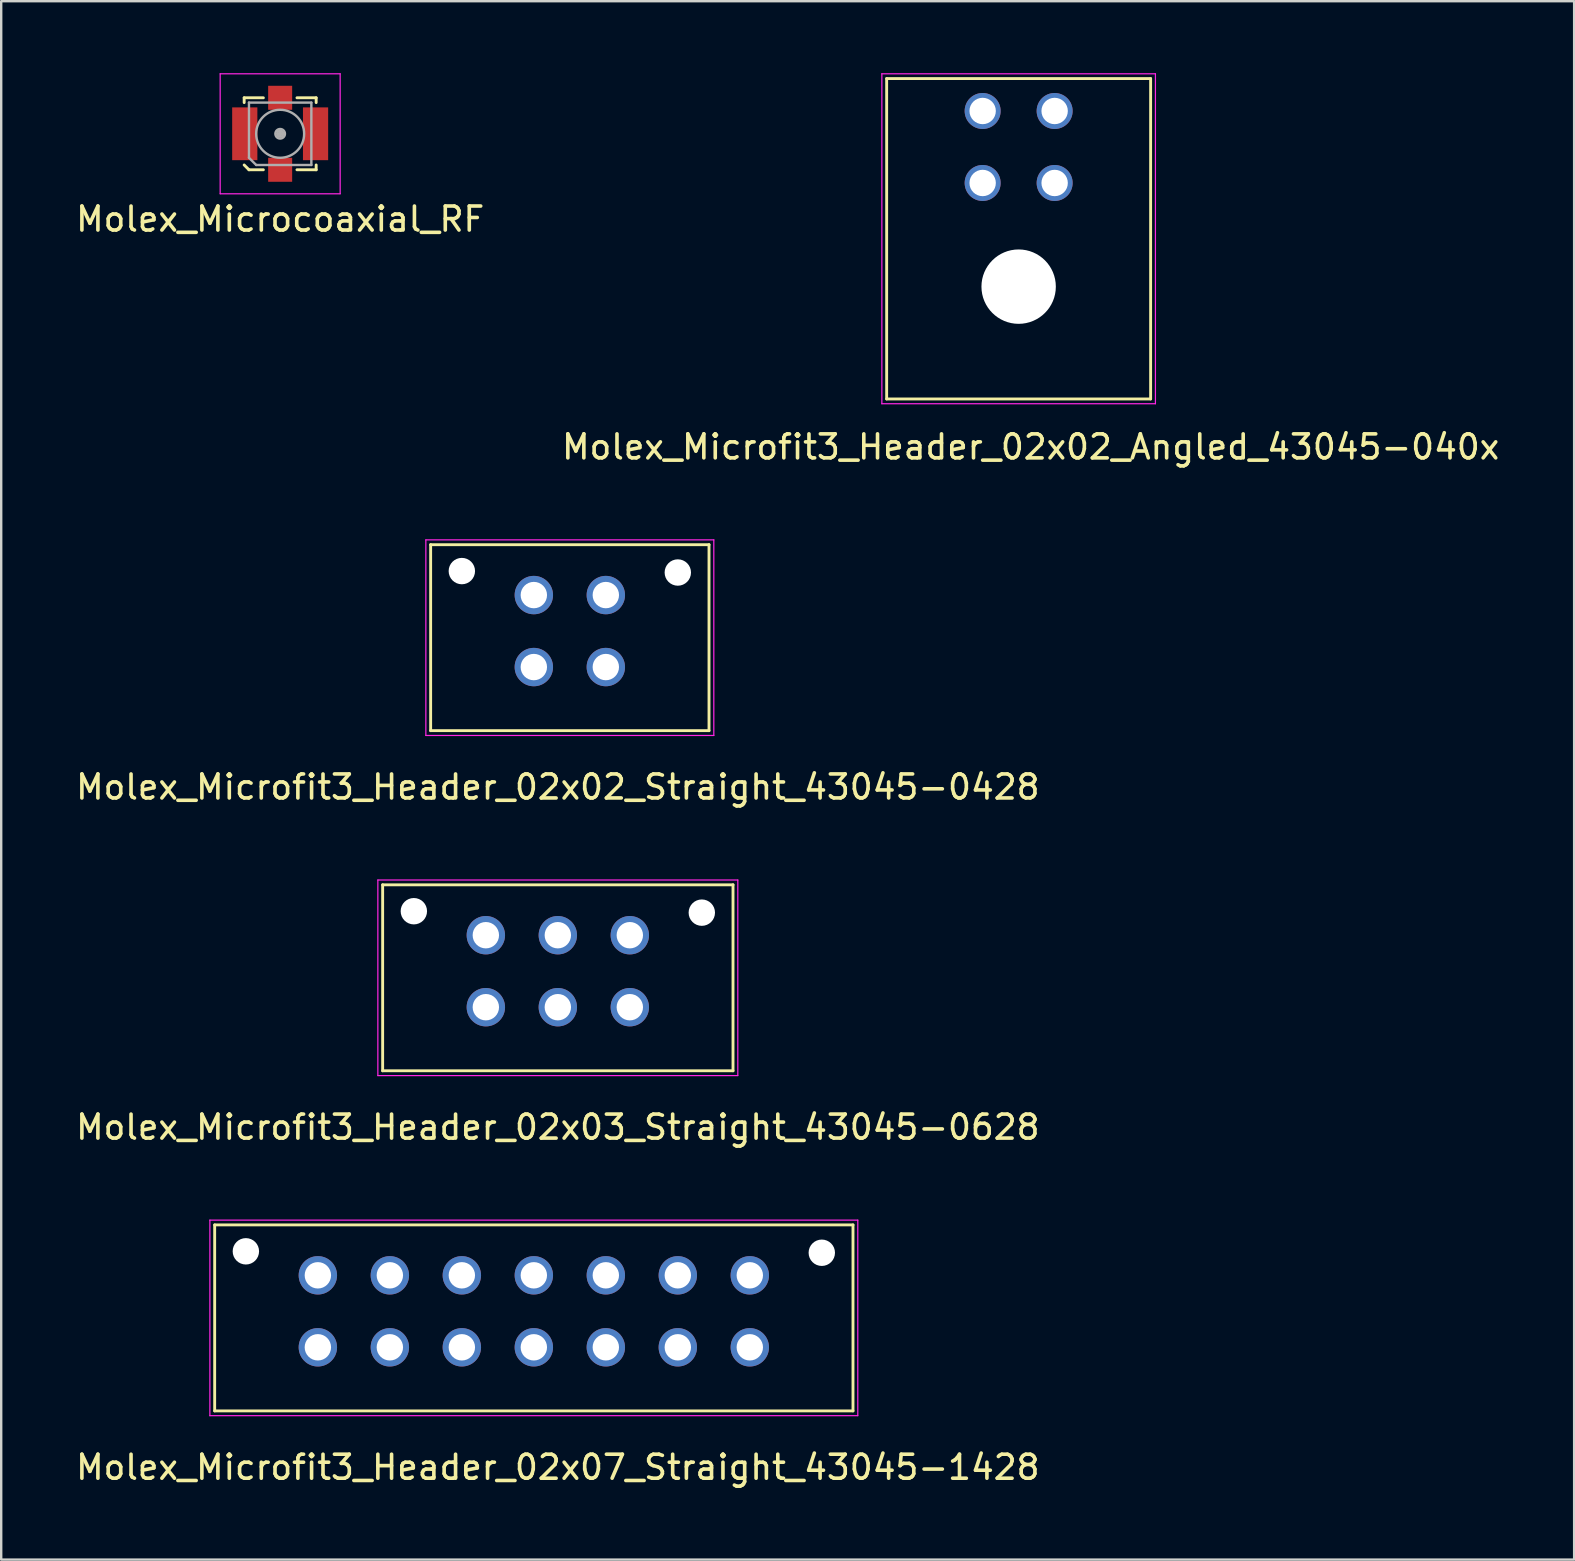
<source format=kicad_pcb>
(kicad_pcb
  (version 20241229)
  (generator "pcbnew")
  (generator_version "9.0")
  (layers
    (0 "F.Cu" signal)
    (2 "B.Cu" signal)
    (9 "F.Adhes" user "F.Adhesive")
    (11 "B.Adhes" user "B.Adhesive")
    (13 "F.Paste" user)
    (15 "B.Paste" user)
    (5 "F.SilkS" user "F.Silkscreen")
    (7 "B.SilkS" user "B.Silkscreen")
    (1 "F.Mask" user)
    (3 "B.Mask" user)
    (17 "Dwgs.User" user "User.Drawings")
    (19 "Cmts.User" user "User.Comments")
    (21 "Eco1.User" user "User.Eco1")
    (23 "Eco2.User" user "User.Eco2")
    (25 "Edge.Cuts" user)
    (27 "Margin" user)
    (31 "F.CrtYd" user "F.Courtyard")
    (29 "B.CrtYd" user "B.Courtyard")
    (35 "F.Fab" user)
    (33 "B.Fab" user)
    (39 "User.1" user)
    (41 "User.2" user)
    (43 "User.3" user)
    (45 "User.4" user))
  (footprint "Molex_Microfit3_Header_02x07_Straight_43045-1428"
    (layer "F.Cu")
    (at 28.196 53.095)
    (property "Reference" "Molex_Microfit3_Header_02x07_Straight_43045-1428" (at -8 5 0) (layer "F.SilkS") (effects (font (size 1 1) (thickness 0.15))))
    (attr through_hole)
    (fp_line (start -22.3 2.65) (end -22.3 -5.1) (stroke (width 0.12) (type solid)) (layer "F.SilkS"))
    (fp_line (start 4.3 -5.1) (end -22.3 -5.1) (stroke (width 0.12) (type solid)) (layer "F.SilkS"))
    (fp_line (start 4.3 2.65) (end -22.3 2.65) (stroke (width 0.12) (type solid)) (layer "F.SilkS"))
    (fp_line (start 4.3 2.65) (end 4.3 -5.1) (stroke (width 0.12) (type solid)) (layer "F.SilkS"))
    (fp_line (start -22.5 2.85) (end -22.5 -5.3) (stroke (width 0.05) (type solid)) (layer "F.CrtYd"))
    (fp_line (start 4.5 -5.3) (end -22.5 -5.3) (stroke (width 0.05) (type solid)) (layer "F.CrtYd"))
    (fp_line (start 4.5 2.85) (end -22.5 2.85) (stroke (width 0.05) (type solid)) (layer "F.CrtYd"))
    (fp_line (start 4.5 2.85) (end 4.5 -5.3) (stroke (width 0.05) (type solid)) (layer "F.CrtYd"))
    (pad "" np_thru_hole circle (at -21 -4) (size 1.1 1.1) (drill 1.1) (layers "*.Cu" "*.Mask"))
    (pad "" np_thru_hole circle (at 3 -3.94) (size 1.1 1.1) (drill 1.1) (layers "*.Cu" "*.Mask"))
    (pad "1" thru_hole circle (at 0 0) (size 1.6 1.6) (drill 1.1) (layers "*.Cu" "*.Mask"))
    (pad "2" thru_hole circle (at -3 0) (size 1.6 1.6) (drill 1.1) (layers "*.Cu" "*.Mask"))
    (pad "3" thru_hole circle (at -6 0) (size 1.6 1.6) (drill 1.1) (layers "*.Cu" "*.Mask"))
    (pad "4" thru_hole circle (at -9 0) (size 1.6 1.6) (drill 1.1) (layers "*.Cu" "*.Mask"))
    (pad "5" thru_hole circle (at -12 0) (size 1.6 1.6) (drill 1.1) (layers "*.Cu" "*.Mask"))
    (pad "6" thru_hole circle (at -15 0) (size 1.6 1.6) (drill 1.1) (layers "*.Cu" "*.Mask"))
    (pad "7" thru_hole circle (at -18 0) (size 1.6 1.6) (drill 1.1) (layers "*.Cu" "*.Mask"))
    (pad "8" thru_hole circle (at 0 -3) (size 1.6 1.6) (drill 1.1) (layers "*.Cu" "*.Mask"))
    (pad "9" thru_hole circle (at -3 -3) (size 1.6 1.6) (drill 1.1) (layers "*.Cu" "*.Mask"))
    (pad "10" thru_hole circle (at -6 -3) (size 1.6 1.6) (drill 1.1) (layers "*.Cu" "*.Mask"))
    (pad "11" thru_hole circle (at -9 -3) (size 1.6 1.6) (drill 1.1) (layers "*.Cu" "*.Mask"))
    (pad "12" thru_hole circle (at -12 -3) (size 1.6 1.6) (drill 1.1) (layers "*.Cu" "*.Mask"))
    (pad "13" thru_hole circle (at -15 -3) (size 1.6 1.6) (drill 1.1) (layers "*.Cu" "*.Mask"))
    (pad "14" thru_hole circle (at -18 -3) (size 1.6 1.6) (drill 1.1) (layers "*.Cu" "*.Mask")))
  (footprint "Molex_Microfit3_Header_02x02_Angled_43045-040x"
    (layer "F.Cu")
    (at 40.899 4.575)
    (property "Reference" "Molex_Microfit3_Header_02x02_Angled_43045-040x" (at -1 11 0) (layer "F.SilkS") (effects (font (size 1 1) (thickness 0.15))))
    (attr through_hole)
    (fp_line (start -7 -4.35) (end 4 -4.35) (stroke (width 0.12) (type solid)) (layer "F.SilkS"))
    (fp_line (start -7 9) (end -7 -4.35) (stroke (width 0.12) (type solid)) (layer "F.SilkS"))
    (fp_line (start 4 -4.35) (end 4 9) (stroke (width 0.12) (type solid)) (layer "F.SilkS"))
    (fp_line (start 4 9) (end -7 9) (stroke (width 0.12) (type solid)) (layer "F.SilkS"))
    (fp_line (start -7.2 -4.55) (end -7.2 9.2) (stroke (width 0.05) (type solid)) (layer "F.CrtYd"))
    (fp_line (start -7.2 9.2) (end 4.2 9.2) (stroke (width 0.05) (type solid)) (layer "F.CrtYd"))
    (fp_line (start 4.2 -4.55) (end -7.2 -4.55) (stroke (width 0.05) (type solid)) (layer "F.CrtYd"))
    (fp_line (start 4.2 9.2) (end 4.2 -4.55) (stroke (width 0.05) (type solid)) (layer "F.CrtYd"))
    (pad "" np_thru_hole circle (at -1.5 4.32) (size 3.1 3.1) (drill 3.1) (layers "*.Cu" "*.Mask"))
    (pad "1" thru_hole circle (at 0 0) (size 1.5 1.5) (drill 1.1) (layers "*.Cu" "*.Mask"))
    (pad "2" thru_hole circle (at -3 0) (size 1.5 1.5) (drill 1.1) (layers "*.Cu" "*.Mask"))
    (pad "3" thru_hole circle (at 0 -3) (size 1.5 1.5) (drill 1.1) (layers "*.Cu" "*.Mask"))
    (pad "4" thru_hole circle (at -3 -3) (size 1.5 1.5) (drill 1.1) (layers "*.Cu" "*.Mask")))
  (footprint "Molex_Microfit3_Header_02x02_Straight_43045-0428"
    (layer "F.Cu")
    (at 22.196 24.748)
    (property "Reference" "Molex_Microfit3_Header_02x02_Straight_43045-0428" (at -2 5 0) (layer "F.SilkS") (effects (font (size 1 1) (thickness 0.15))))
    (attr through_hole)
    (fp_line (start -7.3 2.65) (end -7.3 -5.1) (stroke (width 0.12) (type solid)) (layer "F.SilkS"))
    (fp_line (start 4.3 -5.1) (end -7.3 -5.1) (stroke (width 0.12) (type solid)) (layer "F.SilkS"))
    (fp_line (start 4.3 2.65) (end -7.3 2.65) (stroke (width 0.12) (type solid)) (layer "F.SilkS"))
    (fp_line (start 4.3 2.65) (end 4.3 -5.1) (stroke (width 0.12) (type solid)) (layer "F.SilkS"))
    (fp_line (start -7.5 2.85) (end -7.5 -5.3) (stroke (width 0.05) (type solid)) (layer "F.CrtYd"))
    (fp_line (start 4.5 -5.3) (end -7.5 -5.3) (stroke (width 0.05) (type solid)) (layer "F.CrtYd"))
    (fp_line (start 4.5 2.85) (end -7.5 2.85) (stroke (width 0.05) (type solid)) (layer "F.CrtYd"))
    (fp_line (start 4.5 2.85) (end 4.5 -5.3) (stroke (width 0.05) (type solid)) (layer "F.CrtYd"))
    (pad "" np_thru_hole circle (at -6 -4) (size 1.1 1.1) (drill 1.1) (layers "*.Cu" "*.Mask"))
    (pad "" np_thru_hole circle (at 3 -3.94) (size 1.1 1.1) (drill 1.1) (layers "*.Cu" "*.Mask"))
    (pad "1" thru_hole circle (at 0 0) (size 1.6 1.6) (drill 1.1) (layers "*.Cu" "*.Mask"))
    (pad "2" thru_hole circle (at -3 0) (size 1.6 1.6) (drill 1.1) (layers "*.Cu" "*.Mask"))
    (pad "3" thru_hole circle (at 0 -3) (size 1.6 1.6) (drill 1.1) (layers "*.Cu" "*.Mask"))
    (pad "4" thru_hole circle (at -3 -3) (size 1.6 1.6) (drill 1.1) (layers "*.Cu" "*.Mask")))
  (footprint "Molex_Microcoaxial_RF"
    (layer "F.Cu")
    (at 8.625 2.525)
    (property "Reference" "Molex_Microcoaxial_RF" (at 0 3.556 0) (layer "F.SilkS") (effects (font (size 1 1) (thickness 0.15))))
    (attr smd)
    (fp_line (start -1.5 -1.5) (end -0.7 -1.5) (stroke (width 0.12) (type solid)) (layer "F.SilkS"))
    (fp_line (start -1.5 -1.3) (end -1.5 -1.5) (stroke (width 0.12) (type solid)) (layer "F.SilkS"))
    (fp_line (start -1.3 1.5) (end -1.5 1.3) (stroke (width 0.12) (type solid)) (layer "F.SilkS"))
    (fp_line (start -0.7 1.5) (end -1.3 1.5) (stroke (width 0.12) (type solid)) (layer "F.SilkS"))
    (fp_line (start 0.7 -1.5) (end 1.5 -1.5) (stroke (width 0.12) (type solid)) (layer "F.SilkS"))
    (fp_line (start 1.5 -1.5) (end 1.5 -1.3) (stroke (width 0.12) (type solid)) (layer "F.SilkS"))
    (fp_line (start 1.5 1.3) (end 1.5 1.5) (stroke (width 0.12) (type solid)) (layer "F.SilkS"))
    (fp_line (start 1.5 1.5) (end 0.7 1.5) (stroke (width 0.12) (type solid)) (layer "F.SilkS"))
    (fp_line (start -2.5 -2.5) (end -2.5 2.5) (stroke (width 0.05) (type solid)) (layer "F.CrtYd"))
    (fp_line (start -2.5 2.5) (end 2.5 2.5) (stroke (width 0.05) (type solid)) (layer "F.CrtYd"))
    (fp_line (start 2.5 -2.5) (end -2.5 -2.5) (stroke (width 0.05) (type solid)) (layer "F.CrtYd"))
    (fp_line (start 2.5 2.5) (end 2.5 -2.5) (stroke (width 0.05) (type solid)) (layer "F.CrtYd"))
    (fp_line (start -1.3 -1.3) (end -1.3 1) (stroke (width 0.1) (type solid)) (layer "F.Fab"))
    (fp_line (start -1.3 -1.3) (end 1.3 -1.3) (stroke (width 0.1) (type solid)) (layer "F.Fab"))
    (fp_line (start -1.3 1) (end -1 1.3) (stroke (width 0.1) (type solid)) (layer "F.Fab"))
    (fp_line (start -1 1.3) (end 1.3 1.3) (stroke (width 0.1) (type solid)) (layer "F.Fab"))
    (fp_line (start 1.3 -1.3) (end 1.3 1.3) (stroke (width 0.1) (type solid)) (layer "F.Fab"))
    (fp_circle (center 0 0) (end 0 0.05) (stroke (width 0.1) (type solid)) (fill no) (layer "F.Fab"))
    (fp_circle (center 0 0) (end 0 0.125) (stroke (width 0.1) (type solid)) (fill no) (layer "F.Fab"))
    (fp_circle (center 0 0) (end 0 0.2) (stroke (width 0.1) (type solid)) (fill no) (layer "F.Fab"))
    (fp_circle (center 0 0) (end 1 0) (stroke (width 0.1) (type solid)) (fill no) (layer "F.Fab"))
    (pad "1" smd rect (at 0 1.5) (size 1 1) (layers "F.Cu" "F.Mask" "F.Paste"))
    (pad "2" smd rect (at -1.475 0) (size 1.05 2.2) (layers "F.Cu" "F.Mask" "F.Paste"))
    (pad "2" smd rect (at 0 -1.5) (size 1 1) (layers "F.Cu" "F.Mask" "F.Paste"))
    (pad "2" smd rect (at 1.475 0) (size 1.05 2.2) (layers "F.Cu" "F.Mask" "F.Paste")))
  (footprint "Molex_Microfit3_Header_02x03_Straight_43045-0628"
    (layer "F.Cu")
    (at 23.196 38.922)
    (property "Reference" "Molex_Microfit3_Header_02x03_Straight_43045-0628" (at -3 5 0) (layer "F.SilkS") (effects (font (size 1 1) (thickness 0.15))))
    (attr through_hole)
    (fp_line (start -10.3 2.65) (end -10.3 -5.1) (stroke (width 0.12) (type solid)) (layer "F.SilkS"))
    (fp_line (start 4.3 -5.1) (end -10.3 -5.1) (stroke (width 0.12) (type solid)) (layer "F.SilkS"))
    (fp_line (start 4.3 2.65) (end -10.3 2.65) (stroke (width 0.12) (type solid)) (layer "F.SilkS"))
    (fp_line (start 4.3 2.65) (end 4.3 -5.1) (stroke (width 0.12) (type solid)) (layer "F.SilkS"))
    (fp_line (start -10.5 2.85) (end -10.5 -5.3) (stroke (width 0.05) (type solid)) (layer "F.CrtYd"))
    (fp_line (start 4.5 -5.3) (end -10.5 -5.3) (stroke (width 0.05) (type solid)) (layer "F.CrtYd"))
    (fp_line (start 4.5 2.85) (end -10.5 2.85) (stroke (width 0.05) (type solid)) (layer "F.CrtYd"))
    (fp_line (start 4.5 2.85) (end 4.5 -5.3) (stroke (width 0.05) (type solid)) (layer "F.CrtYd"))
    (pad "" np_thru_hole circle (at -9 -4) (size 1.1 1.1) (drill 1.1) (layers "*.Cu" "*.Mask"))
    (pad "" np_thru_hole circle (at 3 -3.94) (size 1.1 1.1) (drill 1.1) (layers "*.Cu" "*.Mask"))
    (pad "1" thru_hole circle (at 0 0) (size 1.6 1.6) (drill 1.1) (layers "*.Cu" "*.Mask"))
    (pad "2" thru_hole circle (at -3 0) (size 1.6 1.6) (drill 1.1) (layers "*.Cu" "*.Mask"))
    (pad "3" thru_hole circle (at -6 0) (size 1.6 1.6) (drill 1.1) (layers "*.Cu" "*.Mask"))
    (pad "4" thru_hole circle (at 0 -3) (size 1.6 1.6) (drill 1.1) (layers "*.Cu" "*.Mask"))
    (pad "5" thru_hole circle (at -3 -3) (size 1.6 1.6) (drill 1.1) (layers "*.Cu" "*.Mask"))
    (pad "6" thru_hole circle (at -6 -3) (size 1.6 1.6) (drill 1.1) (layers "*.Cu" "*.Mask")))
  (gr_rect
    (start -3 -3)
    (end 62.548 61.943)
    (stroke (width 0.1) (type default))
    (fill no)
    (layer "Edge.Cuts")))
</source>
